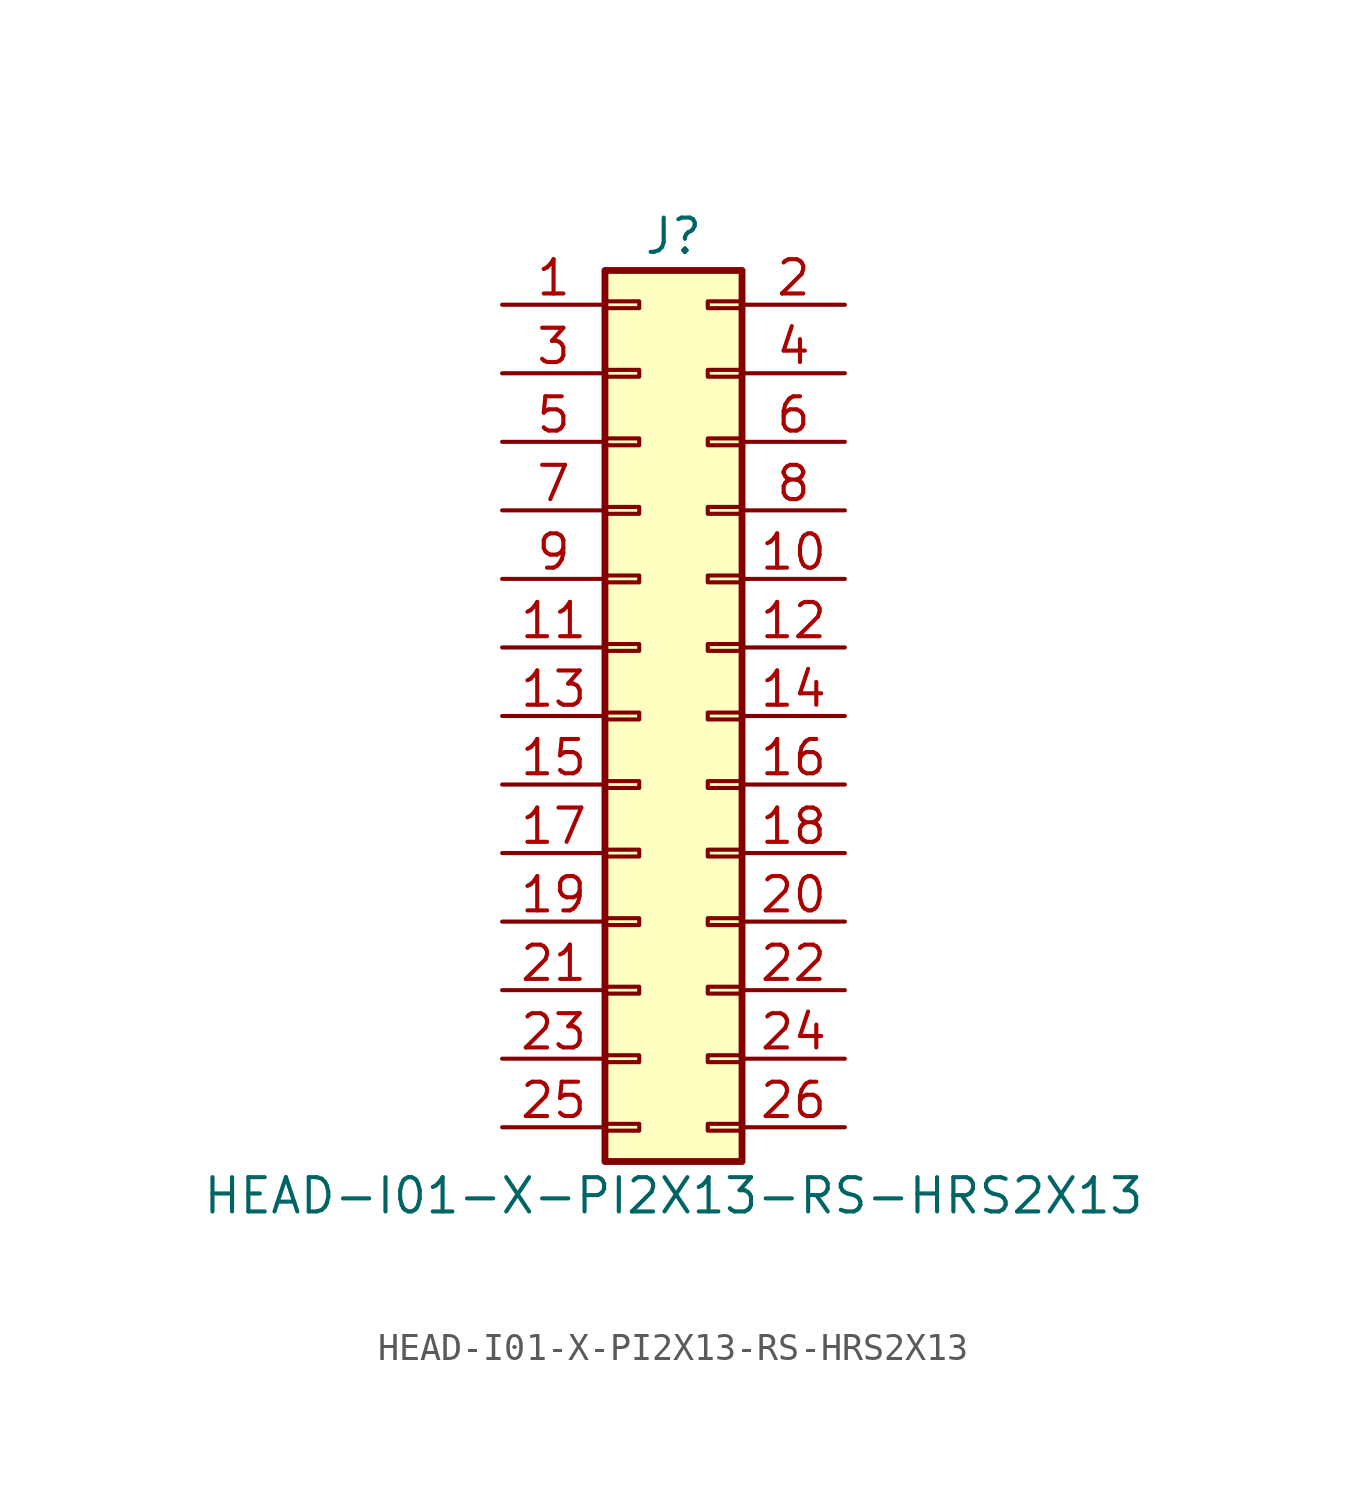
<source format=kicad_sym>
(kicad_symbol_lib
  (version 20211014)
  (generator kicad_symbol_editor)
  (symbol "HEAD-I01-X-PI2X13-RS-HRS2X13"
    (pin_names
      (offset 1.016) hide)
    (property "Reference" "J"
      (at 1.27 17.78 0)
      (effects (font (size 1.27 1.27))))
    (property "Value" "HEAD-I01-X-PI2X13-RS-HRS2X13"
      (at 1.27 -17.78 0)
      (effects (font (size 1.27 1.27))))
    (symbol "HEAD-I01-X-PI2X13-RS-HRS2X13_1_1"
      (rectangle (start -1.27 -15.113) (end 0 -15.367) (stroke (width 0.152) (type default) (color 0 0 0 0)) (fill (type none)))
      (rectangle (start -1.27 -12.573) (end 0 -12.827) (stroke (width 0.152) (type default) (color 0 0 0 0)) (fill (type none)))
      (rectangle (start -1.27 -10.033) (end 0 -10.287) (stroke (width 0.152) (type default) (color 0 0 0 0)) (fill (type none)))
      (rectangle (start -1.27 -7.493) (end 0 -7.747) (stroke (width 0.152) (type default) (color 0 0 0 0)) (fill (type none)))
      (rectangle (start -1.27 -4.953) (end 0 -5.207) (stroke (width 0.152) (type default) (color 0 0 0 0)) (fill (type none)))
      (rectangle (start -1.27 -2.413) (end 0 -2.667) (stroke (width 0.152) (type default) (color 0 0 0 0)) (fill (type none)))
      (rectangle (start -1.27 0.127) (end 0 -0.127) (stroke (width 0.152) (type default) (color 0 0 0 0)) (fill (type none)))
      (rectangle (start -1.27 2.667) (end 0 2.413) (stroke (width 0.152) (type default) (color 0 0 0 0)) (fill (type none)))
      (rectangle (start -1.27 5.207) (end 0 4.953) (stroke (width 0.152) (type default) (color 0 0 0 0)) (fill (type none)))
      (rectangle (start -1.27 7.747) (end 0 7.493) (stroke (width 0.152) (type default) (color 0 0 0 0)) (fill (type none)))
      (rectangle (start -1.27 10.287) (end 0 10.033) (stroke (width 0.152) (type default) (color 0 0 0 0)) (fill (type none)))
      (rectangle (start -1.27 12.827) (end 0 12.573) (stroke (width 0.152) (type default) (color 0 0 0 0)) (fill (type none)))
      (rectangle (start -1.27 15.367) (end 0 15.113) (stroke (width 0.152) (type default) (color 0 0 0 0)) (fill (type none)))
      (rectangle (start -1.27 16.51) (end 3.81 -16.51) (stroke (width 0.254) (type default) (color 0 0 0 0)) (fill (type background)))
      (rectangle (start 3.81 -15.113) (end 2.54 -15.367) (stroke (width 0.152) (type default) (color 0 0 0 0)) (fill (type none)))
      (rectangle (start 3.81 -12.573) (end 2.54 -12.827) (stroke (width 0.152) (type default) (color 0 0 0 0)) (fill (type none)))
      (rectangle (start 3.81 -10.033) (end 2.54 -10.287) (stroke (width 0.152) (type default) (color 0 0 0 0)) (fill (type none)))
      (rectangle (start 3.81 -7.493) (end 2.54 -7.747) (stroke (width 0.152) (type default) (color 0 0 0 0)) (fill (type none)))
      (rectangle (start 3.81 -4.953) (end 2.54 -5.207) (stroke (width 0.152) (type default) (color 0 0 0 0)) (fill (type none)))
      (rectangle (start 3.81 -2.413) (end 2.54 -2.667) (stroke (width 0.152) (type default) (color 0 0 0 0)) (fill (type none)))
      (rectangle (start 3.81 0.127) (end 2.54 -0.127) (stroke (width 0.152) (type default) (color 0 0 0 0)) (fill (type none)))
      (rectangle (start 3.81 2.667) (end 2.54 2.413) (stroke (width 0.152) (type default) (color 0 0 0 0)) (fill (type none)))
      (rectangle (start 3.81 5.207) (end 2.54 4.953) (stroke (width 0.152) (type default) (color 0 0 0 0)) (fill (type none)))
      (rectangle (start 3.81 7.747) (end 2.54 7.493) (stroke (width 0.152) (type default) (color 0 0 0 0)) (fill (type none)))
      (rectangle (start 3.81 10.287) (end 2.54 10.033) (stroke (width 0.152) (type default) (color 0 0 0 0)) (fill (type none)))
      (rectangle (start 3.81 12.827) (end 2.54 12.573) (stroke (width 0.152) (type default) (color 0 0 0 0)) (fill (type none)))
      (rectangle (start 3.81 15.367) (end 2.54 15.113) (stroke (width 0.152) (type default) (color 0 0 0 0)) (fill (type none)))
      (pin passive line (at -5.08 15.24 0) (length 3.81) (name "Pin_1" (effects (font (size 1.27 1.27)))) (number "1" (effects (font (size 1.27 1.27)))))
      (pin passive line (at 7.62 5.08 180) (length 3.81) (name "Pin_10" (effects (font (size 1.27 1.27)))) (number "10" (effects (font (size 1.27 1.27)))))
      (pin passive line (at -5.08 2.54 0) (length 3.81) (name "Pin_11" (effects (font (size 1.27 1.27)))) (number "11" (effects (font (size 1.27 1.27)))))
      (pin passive line (at 7.62 2.54 180) (length 3.81) (name "Pin_12" (effects (font (size 1.27 1.27)))) (number "12" (effects (font (size 1.27 1.27)))))
      (pin passive line (at -5.08 0 0) (length 3.81) (name "Pin_13" (effects (font (size 1.27 1.27)))) (number "13" (effects (font (size 1.27 1.27)))))
      (pin passive line (at 7.62 0 180) (length 3.81) (name "Pin_14" (effects (font (size 1.27 1.27)))) (number "14" (effects (font (size 1.27 1.27)))))
      (pin passive line (at -5.08 -2.54 0) (length 3.81) (name "Pin_15" (effects (font (size 1.27 1.27)))) (number "15" (effects (font (size 1.27 1.27)))))
      (pin passive line (at 7.62 -2.54 180) (length 3.81) (name "Pin_16" (effects (font (size 1.27 1.27)))) (number "16" (effects (font (size 1.27 1.27)))))
      (pin passive line (at -5.08 -5.08 0) (length 3.81) (name "Pin_17" (effects (font (size 1.27 1.27)))) (number "17" (effects (font (size 1.27 1.27)))))
      (pin passive line (at 7.62 -5.08 180) (length 3.81) (name "Pin_18" (effects (font (size 1.27 1.27)))) (number "18" (effects (font (size 1.27 1.27)))))
      (pin passive line (at -5.08 -7.62 0) (length 3.81) (name "Pin_19" (effects (font (size 1.27 1.27)))) (number "19" (effects (font (size 1.27 1.27)))))
      (pin passive line (at 7.62 15.24 180) (length 3.81) (name "Pin_2" (effects (font (size 1.27 1.27)))) (number "2" (effects (font (size 1.27 1.27)))))
      (pin passive line (at 7.62 -7.62 180) (length 3.81) (name "Pin_20" (effects (font (size 1.27 1.27)))) (number "20" (effects (font (size 1.27 1.27)))))
      (pin passive line (at -5.08 -10.16 0) (length 3.81) (name "Pin_21" (effects (font (size 1.27 1.27)))) (number "21" (effects (font (size 1.27 1.27)))))
      (pin passive line (at 7.62 -10.16 180) (length 3.81) (name "Pin_22" (effects (font (size 1.27 1.27)))) (number "22" (effects (font (size 1.27 1.27)))))
      (pin passive line (at -5.08 -12.7 0) (length 3.81) (name "Pin_23" (effects (font (size 1.27 1.27)))) (number "23" (effects (font (size 1.27 1.27)))))
      (pin passive line (at 7.62 -12.7 180) (length 3.81) (name "Pin_24" (effects (font (size 1.27 1.27)))) (number "24" (effects (font (size 1.27 1.27)))))
      (pin passive line (at -5.08 -15.24 0) (length 3.81) (name "Pin_25" (effects (font (size 1.27 1.27)))) (number "25" (effects (font (size 1.27 1.27)))))
      (pin passive line (at 7.62 -15.24 180) (length 3.81) (name "Pin_26" (effects (font (size 1.27 1.27)))) (number "26" (effects (font (size 1.27 1.27)))))
      (pin passive line (at -5.08 12.7 0) (length 3.81) (name "Pin_3" (effects (font (size 1.27 1.27)))) (number "3" (effects (font (size 1.27 1.27)))))
      (pin passive line (at 7.62 12.7 180) (length 3.81) (name "Pin_4" (effects (font (size 1.27 1.27)))) (number "4" (effects (font (size 1.27 1.27)))))
      (pin passive line (at -5.08 10.16 0) (length 3.81) (name "Pin_5" (effects (font (size 1.27 1.27)))) (number "5" (effects (font (size 1.27 1.27)))))
      (pin passive line (at 7.62 10.16 180) (length 3.81) (name "Pin_6" (effects (font (size 1.27 1.27)))) (number "6" (effects (font (size 1.27 1.27)))))
      (pin passive line (at -5.08 7.62 0) (length 3.81) (name "Pin_7" (effects (font (size 1.27 1.27)))) (number "7" (effects (font (size 1.27 1.27)))))
      (pin passive line (at 7.62 7.62 180) (length 3.81) (name "Pin_8" (effects (font (size 1.27 1.27)))) (number "8" (effects (font (size 1.27 1.27)))))
      (pin passive line (at -5.08 5.08 0) (length 3.81) (name "Pin_9" (effects (font (size 1.27 1.27)))) (number "9" (effects (font (size 1.27 1.27))))))))
</source>
